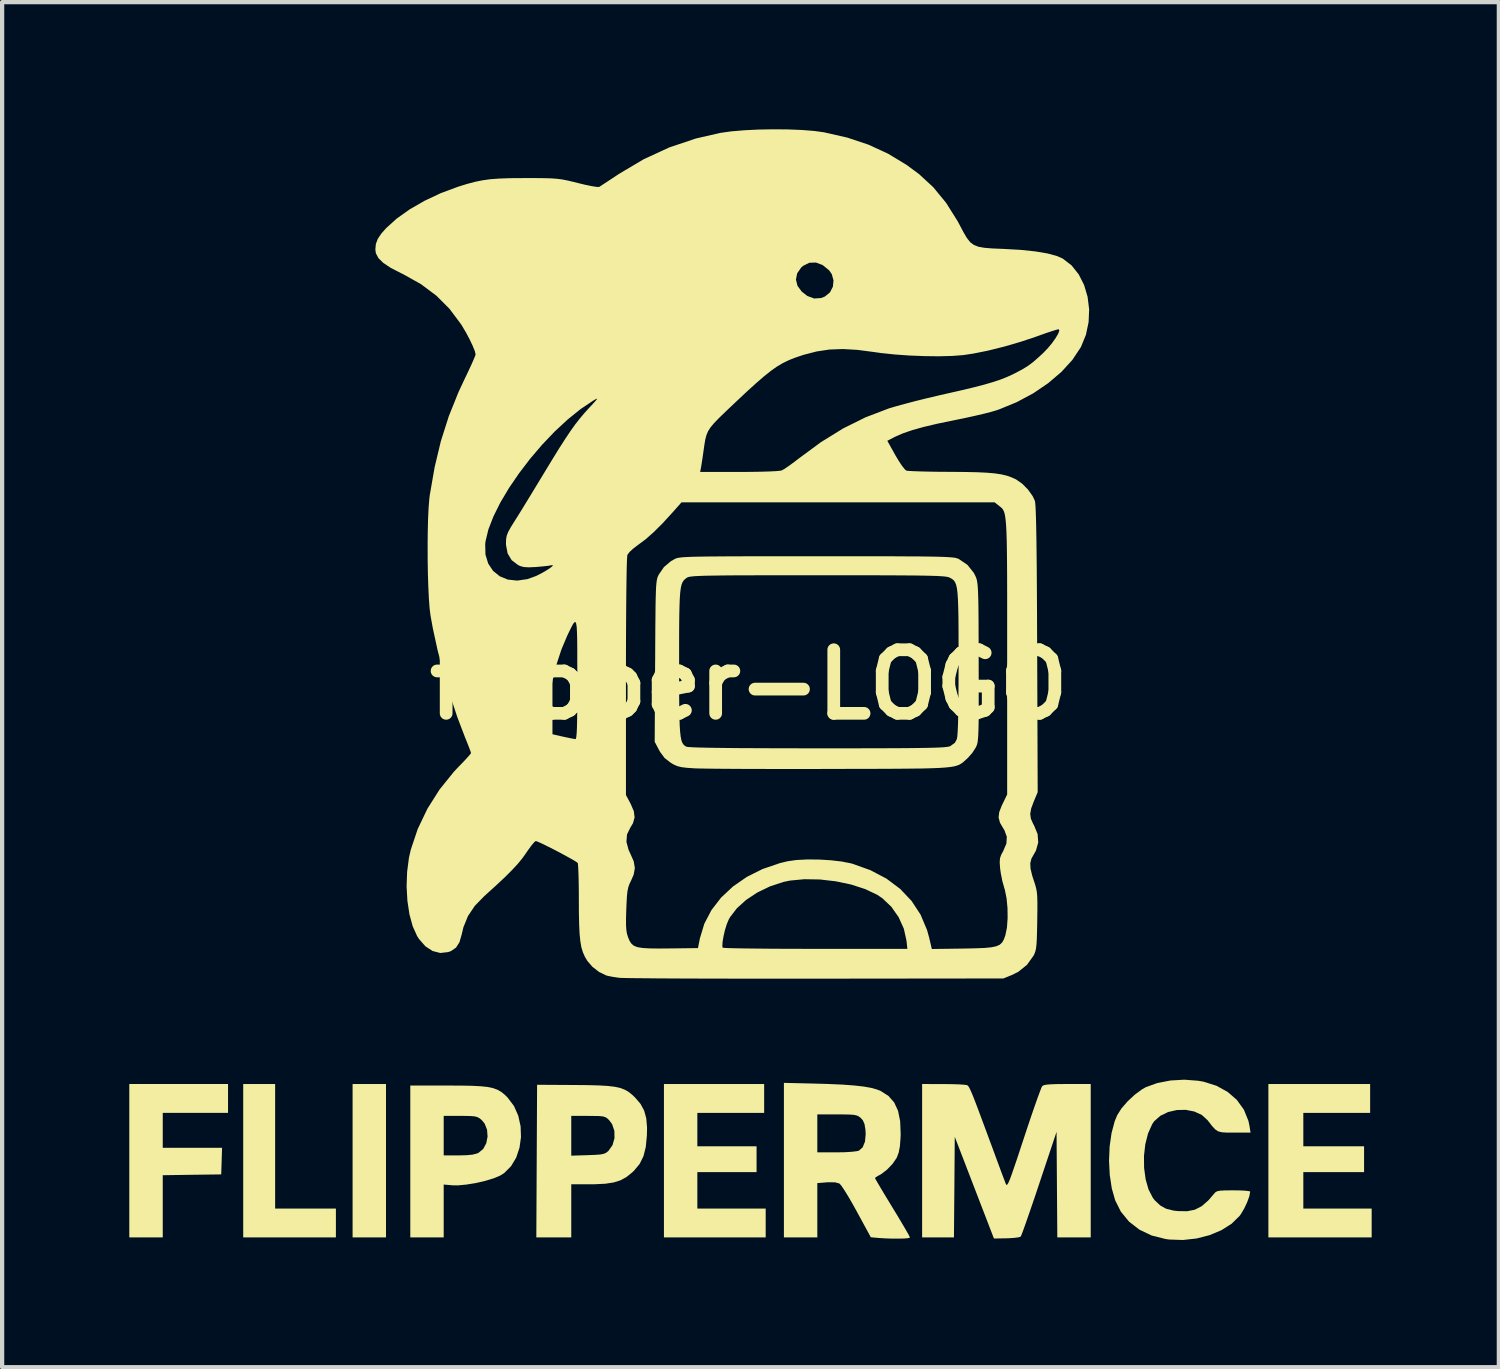
<source format=kicad_pcb>
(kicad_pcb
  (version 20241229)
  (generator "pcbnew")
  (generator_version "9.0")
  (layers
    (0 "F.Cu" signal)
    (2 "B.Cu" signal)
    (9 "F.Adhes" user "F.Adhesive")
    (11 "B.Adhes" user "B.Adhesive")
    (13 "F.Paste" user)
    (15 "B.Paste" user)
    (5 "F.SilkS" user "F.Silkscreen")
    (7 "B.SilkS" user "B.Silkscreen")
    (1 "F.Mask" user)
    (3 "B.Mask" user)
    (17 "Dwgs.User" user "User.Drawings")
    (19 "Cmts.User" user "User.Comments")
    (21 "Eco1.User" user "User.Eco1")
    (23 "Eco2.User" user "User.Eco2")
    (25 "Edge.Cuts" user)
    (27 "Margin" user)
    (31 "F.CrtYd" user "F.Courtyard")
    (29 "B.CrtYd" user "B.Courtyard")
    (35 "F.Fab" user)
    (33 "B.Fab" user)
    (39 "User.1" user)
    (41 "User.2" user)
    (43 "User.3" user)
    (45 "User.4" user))
  (footprint "flipper-LOGO"
    (layer "F.Cu")
    (at 14.617 13.098)
    (property "Reference" "flipper-LOGO" (at 0 0 0) (layer "F.SilkS") (effects (font (size 1.5 1.5) (thickness 0.3))))
    (attr board_only exclude_from_pos_files exclude_from_bom)
    (fp_poly (pts (xy -8.562 11.231) (xy -8.562 13.04) (xy -8.956 13.04) (xy -9.35 13.04) (xy -9.35 11.231) (xy -9.35 9.422) (xy -8.956 9.422) (xy -8.562 9.422)) (stroke (width 0) (type solid)) (fill yes) (layer "F.SilkS"))
    (fp_poly (pts (xy -11.177 10.891) (xy -11.177 12.36) (xy -10.461 12.36) (xy -9.744 12.36) (xy -9.744 12.7) (xy -9.744 13.04) (xy -10.837 13.04) (xy -11.93 13.04) (xy -11.93 11.231) (xy -11.93 9.422) (xy -11.554 9.422) (xy -11.177 9.422)) (stroke (width 0) (type solid)) (fill yes) (layer "F.SilkS"))
    (fp_poly (pts (xy -12.288 9.762) (xy -12.288 10.103) (xy -13.058 10.103) (xy -13.828 10.103) (xy -13.828 10.515) (xy -13.828 10.927) (xy -13.129 10.927) (xy -12.429 10.927) (xy -12.439 11.24) (xy -12.449 11.554) (xy -13.139 11.563) (xy -13.828 11.573) (xy -13.828 12.307) (xy -13.828 13.04) (xy -14.223 13.04) (xy -14.617 13.04) (xy -14.617 11.231) (xy -14.617 9.422) (xy -13.452 9.422) (xy -12.288 9.422)) (stroke (width 0) (type solid)) (fill yes) (layer "F.SilkS"))
    (fp_poly (pts (xy 0.358 9.762) (xy 0.358 10.103) (xy -0.43 10.103) (xy -1.218 10.103) (xy -1.218 10.497) (xy -1.218 10.891) (xy -0.519 10.891) (xy 0.179 10.891) (xy 0.179 11.195) (xy 0.179 11.5) (xy -0.519 11.5) (xy -1.218 11.5) (xy -1.218 11.93) (xy -1.218 12.36) (xy -0.412 12.36) (xy 0.394 12.36) (xy 0.394 12.7) (xy 0.394 13.04) (xy -0.806 13.04) (xy -2.006 13.04) (xy -2.006 11.231) (xy -2.006 9.422) (xy -0.824 9.422) (xy 0.358 9.422)) (stroke (width 0) (type solid)) (fill yes) (layer "F.SilkS"))
    (fp_poly (pts (xy 14.652 9.762) (xy 14.652 10.103) (xy 13.864 10.103) (xy 13.076 10.103) (xy 13.076 10.497) (xy 13.076 10.891) (xy 13.793 10.891) (xy 14.509 10.891) (xy 14.509 11.195) (xy 14.509 11.5) (xy 13.793 11.5) (xy 13.076 11.5) (xy 13.076 11.93) (xy 13.076 12.36) (xy 13.882 12.36) (xy 14.688 12.36) (xy 14.688 12.7) (xy 14.688 13.04) (xy 13.47 13.04) (xy 12.252 13.04) (xy 12.252 11.231) (xy 12.252 9.422) (xy 13.452 9.422) (xy 14.652 9.422)) (stroke (width 0) (type solid)) (fill yes) (layer "F.SilkS"))
    (fp_poly (pts (xy -6.795 9.459) (xy -6.534 9.464) (xy -6.326 9.475) (xy -6.163 9.492) (xy -6.033 9.52) (xy -5.93 9.558) (xy -5.842 9.609) (xy -5.761 9.675) (xy -5.693 9.742) (xy -5.543 9.941) (xy -5.442 10.17) (xy -5.387 10.419) (xy -5.378 10.675) (xy -5.413 10.925) (xy -5.491 11.158) (xy -5.612 11.36) (xy -5.773 11.521) (xy -5.863 11.579) (xy -6.016 11.644) (xy -6.216 11.705) (xy -6.441 11.757) (xy -6.666 11.794) (xy -6.869 11.813) (xy -6.995 11.811) (xy -7.201 11.793) (xy -7.201 12.417) (xy -7.201 13.04) (xy -7.595 13.04) (xy -7.989 13.04) (xy -7.989 11.249) (xy -7.989 10.64) (xy -7.201 10.64) (xy -7.201 11.106) (xy -6.852 11.106) (xy -6.657 11.101) (xy -6.517 11.087) (xy -6.414 11.06) (xy -6.377 11.043) (xy -6.267 10.951) (xy -6.196 10.817) (xy -6.166 10.661) (xy -6.178 10.5) (xy -6.235 10.356) (xy -6.302 10.274) (xy -6.355 10.23) (xy -6.406 10.202) (xy -6.471 10.185) (xy -6.568 10.177) (xy -6.711 10.174) (xy -6.807 10.174) (xy -7.201 10.174) (xy -7.201 10.64) (xy -7.989 10.64) (xy -7.989 9.458) (xy -7.118 9.458)) (stroke (width 0) (type solid)) (fill yes) (layer "F.SilkS"))
    (fp_poly (pts (xy -4.135 9.445) (xy -3.809 9.448) (xy -3.546 9.455) (xy -3.335 9.467) (xy -3.168 9.487) (xy -3.036 9.516) (xy -2.928 9.557) (xy -2.837 9.61) (xy -2.751 9.679) (xy -2.688 9.74) (xy -2.559 9.89) (xy -2.473 10.048) (xy -2.423 10.23) (xy -2.404 10.453) (xy -2.408 10.635) (xy -2.434 10.906) (xy -2.489 11.125) (xy -2.579 11.307) (xy -2.711 11.466) (xy -2.76 11.512) (xy -2.893 11.618) (xy -3.033 11.694) (xy -3.193 11.744) (xy -3.389 11.774) (xy -3.636 11.786) (xy -3.748 11.786) (xy -4.192 11.786) (xy -4.192 12.413) (xy -4.192 13.04) (xy -4.604 13.04) (xy -5.016 13.04) (xy -5.007 11.24) (xy -5.004 10.643) (xy -4.192 10.643) (xy -4.192 11.112) (xy -3.8 11.1) (xy -3.625 11.093) (xy -3.505 11.084) (xy -3.425 11.068) (xy -3.37 11.044) (xy -3.322 11.006) (xy -3.316 11.001) (xy -3.219 10.864) (xy -3.172 10.699) (xy -3.175 10.526) (xy -3.23 10.366) (xy -3.299 10.274) (xy -3.345 10.23) (xy -3.391 10.202) (xy -3.453 10.185) (xy -3.546 10.177) (xy -3.686 10.175) (xy -3.795 10.174) (xy -4.192 10.174) (xy -4.192 10.643) (xy -5.004 10.643) (xy -4.998 9.44)) (stroke (width 0) (type solid)) (fill yes) (layer "F.SilkS"))
    (fp_poly (pts (xy 8.061 11.231) (xy 8.061 13.04) (xy 7.667 13.04) (xy 7.273 13.04) (xy 7.264 11.795) (xy 7.255 10.55) (xy 6.848 11.769) (xy 6.754 12.051) (xy 6.665 12.311) (xy 6.585 12.543) (xy 6.517 12.738) (xy 6.463 12.888) (xy 6.426 12.985) (xy 6.409 13.021) (xy 6.36 13.038) (xy 6.258 13.051) (xy 6.123 13.06) (xy 6.077 13.061) (xy 5.778 13.066) (xy 5.316 11.867) (xy 4.854 10.667) (xy 4.845 11.854) (xy 4.835 13.04) (xy 4.46 13.04) (xy 4.084 13.04) (xy 4.084 11.231) (xy 4.084 9.422) (xy 4.595 9.423) (xy 4.781 9.425) (xy 4.943 9.43) (xy 5.067 9.438) (xy 5.139 9.447) (xy 5.148 9.451) (xy 5.166 9.465) (xy 5.186 9.491) (xy 5.209 9.534) (xy 5.24 9.601) (xy 5.281 9.698) (xy 5.334 9.833) (xy 5.402 10.012) (xy 5.487 10.241) (xy 5.594 10.528) (xy 5.662 10.712) (xy 5.755 10.963) (xy 5.841 11.197) (xy 5.918 11.405) (xy 5.981 11.575) (xy 6.028 11.698) (xy 6.053 11.765) (xy 6.054 11.769) (xy 6.067 11.794) (xy 6.08 11.802) (xy 6.098 11.788) (xy 6.122 11.745) (xy 6.155 11.668) (xy 6.199 11.549) (xy 6.256 11.384) (xy 6.33 11.167) (xy 6.421 10.89) (xy 6.483 10.703) (xy 6.575 10.425) (xy 6.662 10.167) (xy 6.741 9.938) (xy 6.809 9.746) (xy 6.863 9.6) (xy 6.899 9.506) (xy 6.914 9.476) (xy 6.945 9.454) (xy 7.003 9.439) (xy 7.098 9.43) (xy 7.241 9.424) (xy 7.443 9.422) (xy 7.51 9.422) (xy 8.061 9.422)) (stroke (width 0) (type solid)) (fill yes) (layer "F.SilkS"))
    (fp_poly (pts (xy 10.596 9.345) (xy 10.722 9.367) (xy 11.027 9.463) (xy 11.292 9.609) (xy 11.51 9.799) (xy 11.675 10.029) (xy 11.781 10.292) (xy 11.807 10.416) (xy 11.831 10.568) (xy 11.449 10.568) (xy 11.274 10.568) (xy 11.152 10.56) (xy 11.064 10.537) (xy 10.994 10.489) (xy 10.921 10.409) (xy 10.828 10.289) (xy 10.822 10.28) (xy 10.682 10.152) (xy 10.504 10.07) (xy 10.301 10.031) (xy 10.09 10.036) (xy 9.886 10.083) (xy 9.704 10.171) (xy 9.559 10.299) (xy 9.513 10.366) (xy 9.413 10.588) (xy 9.348 10.845) (xy 9.317 11.121) (xy 9.32 11.4) (xy 9.356 11.667) (xy 9.424 11.907) (xy 9.525 12.104) (xy 9.572 12.165) (xy 9.7 12.286) (xy 9.838 12.363) (xy 10.012 12.407) (xy 10.113 12.419) (xy 10.332 12.423) (xy 10.516 12.387) (xy 10.679 12.304) (xy 10.838 12.165) (xy 10.971 12.009) (xy 11.004 11.974) (xy 11.046 11.951) (xy 11.113 11.938) (xy 11.218 11.932) (xy 11.377 11.93) (xy 11.428 11.93) (xy 11.586 11.932) (xy 11.714 11.939) (xy 11.798 11.949) (xy 11.822 11.959) (xy 11.803 12.067) (xy 11.752 12.209) (xy 11.681 12.36) (xy 11.6 12.495) (xy 11.57 12.536) (xy 11.384 12.718) (xy 11.144 12.87) (xy 10.864 12.987) (xy 10.556 13.066) (xy 10.235 13.101) (xy 9.911 13.09) (xy 9.826 13.078) (xy 9.498 12.995) (xy 9.209 12.857) (xy 8.965 12.668) (xy 8.772 12.433) (xy 8.638 12.165) (xy 8.558 11.884) (xy 8.51 11.567) (xy 8.493 11.232) (xy 8.507 10.897) (xy 8.552 10.58) (xy 8.627 10.299) (xy 8.687 10.155) (xy 8.787 9.997) (xy 8.933 9.829) (xy 9.102 9.672) (xy 9.275 9.545) (xy 9.36 9.497) (xy 9.631 9.399) (xy 9.941 9.339) (xy 10.27 9.32)) (stroke (width 0) (type solid)) (fill yes) (layer "F.SilkS"))
    (fp_poly (pts (xy 1.478 9.41) (xy 1.874 9.421) (xy 2.205 9.436) (xy 2.478 9.456) (xy 2.7 9.481) (xy 2.878 9.512) (xy 3.018 9.551) (xy 3.11 9.588) (xy 3.291 9.704) (xy 3.425 9.857) (xy 3.516 10.053) (xy 3.566 10.298) (xy 3.578 10.599) (xy 3.575 10.692) (xy 3.56 10.89) (xy 3.532 11.037) (xy 3.489 11.152) (xy 3.484 11.163) (xy 3.389 11.303) (xy 3.259 11.439) (xy 3.12 11.547) (xy 3.059 11.58) (xy 2.995 11.617) (xy 2.973 11.641) (xy 2.991 11.677) (xy 3.042 11.765) (xy 3.119 11.895) (xy 3.217 12.059) (xy 3.332 12.248) (xy 3.385 12.336) (xy 3.506 12.534) (xy 3.612 12.712) (xy 3.699 12.86) (xy 3.762 12.97) (xy 3.794 13.033) (xy 3.797 13.043) (xy 3.764 13.056) (xy 3.675 13.065) (xy 3.543 13.069) (xy 3.386 13.069) (xy 3.217 13.063) (xy 3.053 13.053) (xy 3.022 13.05) (xy 2.874 13.037) (xy 2.542 12.427) (xy 2.435 12.234) (xy 2.334 12.061) (xy 2.246 11.919) (xy 2.178 11.819) (xy 2.136 11.771) (xy 2.135 11.77) (xy 2.034 11.741) (xy 1.868 11.739) (xy 1.836 11.741) (xy 1.612 11.759) (xy 1.612 12.4) (xy 1.612 13.04) (xy 1.218 13.04) (xy 0.824 13.04) (xy 0.824 11.218) (xy 0.824 10.586) (xy 1.612 10.586) (xy 1.612 11.034) (xy 2.058 11.034) (xy 2.253 11.031) (xy 2.419 11.021) (xy 2.54 11.007) (xy 2.595 10.993) (xy 2.682 10.915) (xy 2.736 10.782) (xy 2.753 10.603) (xy 2.747 10.501) (xy 2.725 10.366) (xy 2.686 10.277) (xy 2.633 10.219) (xy 2.589 10.186) (xy 2.54 10.163) (xy 2.471 10.149) (xy 2.368 10.142) (xy 2.217 10.139) (xy 2.076 10.139) (xy 1.612 10.139) (xy 1.612 10.586) (xy 0.824 10.586) (xy 0.824 9.395)) (stroke (width 0) (type solid)) (fill yes) (layer "F.SilkS"))
    (fp_poly (pts (xy 2.149 -3.027) (xy 2.637 -3.027) (xy 3.063 -3.026) (xy 3.43 -3.026) (xy 3.744 -3.024) (xy 4.009 -3.023) (xy 4.229 -3.02) (xy 4.41 -3.017) (xy 4.555 -3.013) (xy 4.669 -3.008) (xy 4.757 -3.002) (xy 4.824 -2.996) (xy 4.873 -2.988) (xy 4.909 -2.978) (xy 4.937 -2.968) (xy 4.951 -2.961) (xy 5.153 -2.824) (xy 5.302 -2.637) (xy 5.346 -2.551) (xy 5.361 -2.513) (xy 5.374 -2.471) (xy 5.384 -2.417) (xy 5.393 -2.346) (xy 5.4 -2.252) (xy 5.405 -2.127) (xy 5.41 -1.966) (xy 5.413 -1.764) (xy 5.415 -1.512) (xy 5.416 -1.206) (xy 5.418 -0.84) (xy 5.418 -0.527) (xy 5.419 -0.113) (xy 5.419 0.236) (xy 5.419 0.525) (xy 5.418 0.761) (xy 5.416 0.95) (xy 5.412 1.098) (xy 5.407 1.212) (xy 5.4 1.298) (xy 5.392 1.361) (xy 5.381 1.409) (xy 5.367 1.446) (xy 5.351 1.48) (xy 5.346 1.49) (xy 5.27 1.608) (xy 5.169 1.724) (xy 5.137 1.754) (xy 5.091 1.795) (xy 5.051 1.831) (xy 5.01 1.861) (xy 4.964 1.888) (xy 4.909 1.91) (xy 4.839 1.929) (xy 4.749 1.944) (xy 4.635 1.956) (xy 4.491 1.966) (xy 4.312 1.973) (xy 4.095 1.979) (xy 3.833 1.982) (xy 3.523 1.985) (xy 3.158 1.987) (xy 2.734 1.988) (xy 2.247 1.989) (xy 1.917 1.99) (xy 1.462 1.991) (xy 1.02 1.992) (xy 0.598 1.991) (xy 0.201 1.99) (xy -0.164 1.989) (xy -0.49 1.987) (xy -0.771 1.985) (xy -1.001 1.982) (xy -1.173 1.979) (xy -1.281 1.976) (xy -1.293 1.975) (xy -1.47 1.963) (xy -1.596 1.947) (xy -1.691 1.923) (xy -1.773 1.887) (xy -1.846 1.844) (xy -1.989 1.733) (xy -2.097 1.588) (xy -2.122 1.543) (xy -2.224 1.349) (xy -2.214 -0.519) (xy -1.648 -0.519) (xy -1.648 -0.103) (xy -1.647 0.248) (xy -1.644 0.539) (xy -1.64 0.777) (xy -1.634 0.967) (xy -1.624 1.115) (xy -1.611 1.227) (xy -1.595 1.31) (xy -1.574 1.369) (xy -1.548 1.411) (xy -1.517 1.441) (xy -1.481 1.464) (xy -1.438 1.472) (xy -1.334 1.479) (xy -1.17 1.485) (xy -0.943 1.49) (xy -0.653 1.494) (xy -0.297 1.498) (xy 0.126 1.5) (xy 0.616 1.502) (xy 1.176 1.503) (xy 1.604 1.504) (xy 2.155 1.504) (xy 2.637 1.503) (xy 3.057 1.502) (xy 3.419 1.501) (xy 3.726 1.499) (xy 3.983 1.496) (xy 4.194 1.493) (xy 4.364 1.489) (xy 4.497 1.484) (xy 4.598 1.478) (xy 4.67 1.47) (xy 4.718 1.462) (xy 4.743 1.455) (xy 4.855 1.375) (xy 4.903 1.288) (xy 4.914 1.226) (xy 4.923 1.106) (xy 4.931 0.926) (xy 4.936 0.684) (xy 4.94 0.376) (xy 4.943 0.002) (xy 4.944 -0.441) (xy 4.944 -0.526) (xy 4.944 -0.942) (xy 4.943 -1.292) (xy 4.941 -1.583) (xy 4.936 -1.82) (xy 4.929 -2.01) (xy 4.919 -2.158) (xy 4.905 -2.271) (xy 4.886 -2.354) (xy 4.862 -2.414) (xy 4.833 -2.456) (xy 4.796 -2.487) (xy 4.753 -2.513) (xy 4.734 -2.523) (xy 4.708 -2.533) (xy 4.669 -2.542) (xy 4.614 -2.55) (xy 4.536 -2.556) (xy 4.432 -2.562) (xy 4.296 -2.566) (xy 4.125 -2.57) (xy 3.914 -2.573) (xy 3.658 -2.575) (xy 3.352 -2.577) (xy 2.993 -2.578) (xy 2.575 -2.579) (xy 2.094 -2.579) (xy 1.622 -2.579) (xy 1.085 -2.579) (xy 0.615 -2.579) (xy 0.207 -2.578) (xy -0.143 -2.577) (xy -0.439 -2.576) (xy -0.686 -2.573) (xy -0.89 -2.57) (xy -1.053 -2.567) (xy -1.182 -2.562) (xy -1.28 -2.557) (xy -1.353 -2.55) (xy -1.404 -2.543) (xy -1.438 -2.534) (xy -1.46 -2.524) (xy -1.465 -2.521) (xy -1.505 -2.491) (xy -1.539 -2.458) (xy -1.567 -2.415) (xy -1.59 -2.358) (xy -1.608 -2.279) (xy -1.622 -2.173) (xy -1.632 -2.033) (xy -1.639 -1.853) (xy -1.644 -1.628) (xy -1.647 -1.35) (xy -1.648 -1.015) (xy -1.648 -0.615) (xy -1.648 -0.519) (xy -2.214 -0.519) (xy -2.213 -0.553) (xy -2.211 -0.97) (xy -2.209 -1.322) (xy -2.206 -1.615) (xy -2.204 -1.854) (xy -2.2 -2.047) (xy -2.195 -2.198) (xy -2.19 -2.314) (xy -2.182 -2.401) (xy -2.173 -2.466) (xy -2.162 -2.514) (xy -2.149 -2.551) (xy -2.133 -2.584) (xy -2.126 -2.597) (xy -2.005 -2.773) (xy -1.845 -2.908) (xy -1.755 -2.96) (xy -1.731 -2.972) (xy -1.702 -2.982) (xy -1.663 -2.991) (xy -1.609 -2.998) (xy -1.537 -3.005) (xy -1.441 -3.01) (xy -1.317 -3.015) (xy -1.161 -3.018) (xy -0.968 -3.021) (xy -0.733 -3.023) (xy -0.453 -3.025) (xy -0.122 -3.026) (xy 0.265 -3.027) (xy 0.711 -3.027) (xy 1.221 -3.027) (xy 1.594 -3.027)) (stroke (width 0) (type solid)) (fill yes) (layer "F.SilkS"))
    (fp_poly (pts (xy 0.92 -13.095) (xy 1.249 -13.082) (xy 1.541 -13.059) (xy 1.77 -13.027) (xy 2.32 -12.902) (xy 2.82 -12.735) (xy 3.282 -12.522) (xy 3.718 -12.258) (xy 4.013 -12.04) (xy 4.347 -11.732) (xy 4.65 -11.363) (xy 4.918 -10.937) (xy 4.966 -10.848) (xy 5.061 -10.668) (xy 5.141 -10.533) (xy 5.218 -10.435) (xy 5.306 -10.369) (xy 5.415 -10.327) (xy 5.559 -10.302) (xy 5.749 -10.287) (xy 5.999 -10.277) (xy 6.001 -10.277) (xy 6.409 -10.254) (xy 6.758 -10.217) (xy 7.045 -10.169) (xy 7.267 -10.108) (xy 7.402 -10.048) (xy 7.61 -9.887) (xy 7.778 -9.676) (xy 7.905 -9.425) (xy 7.987 -9.147) (xy 8.024 -8.851) (xy 8.011 -8.549) (xy 7.948 -8.251) (xy 7.833 -7.969) (xy 7.823 -7.951) (xy 7.627 -7.657) (xy 7.369 -7.375) (xy 7.058 -7.11) (xy 6.703 -6.869) (xy 6.314 -6.661) (xy 5.9 -6.491) (xy 5.832 -6.468) (xy 5.71 -6.432) (xy 5.533 -6.387) (xy 5.319 -6.337) (xy 5.083 -6.285) (xy 4.842 -6.236) (xy 4.829 -6.233) (xy 4.445 -6.154) (xy 4.124 -6.078) (xy 3.858 -6.004) (xy 3.638 -5.929) (xy 3.458 -5.851) (xy 3.414 -5.829) (xy 3.263 -5.75) (xy 3.452 -5.412) (xy 3.536 -5.271) (xy 3.615 -5.153) (xy 3.679 -5.074) (xy 3.71 -5.048) (xy 3.764 -5.04) (xy 3.878 -5.034) (xy 4.044 -5.028) (xy 4.252 -5.023) (xy 4.49 -5.019) (xy 4.747 -5.018) (xy 5.093 -5.015) (xy 5.376 -5.009) (xy 5.607 -4.998) (xy 5.795 -4.982) (xy 5.948 -4.959) (xy 6.077 -4.929) (xy 6.191 -4.889) (xy 6.299 -4.84) (xy 6.302 -4.838) (xy 6.443 -4.74) (xy 6.579 -4.603) (xy 6.689 -4.45) (xy 6.743 -4.337) (xy 6.751 -4.294) (xy 6.758 -4.212) (xy 6.764 -4.088) (xy 6.77 -3.919) (xy 6.775 -3.702) (xy 6.78 -3.434) (xy 6.784 -3.111) (xy 6.788 -2.73) (xy 6.791 -2.289) (xy 6.794 -1.785) (xy 6.796 -1.214) (xy 6.798 -0.835) (xy 6.81 2.538) (xy 6.719 2.755) (xy 6.657 2.921) (xy 6.634 3.049) (xy 6.649 3.163) (xy 6.703 3.285) (xy 6.725 3.324) (xy 6.808 3.525) (xy 6.823 3.725) (xy 6.77 3.914) (xy 6.725 3.994) (xy 6.663 4.104) (xy 6.635 4.214) (xy 6.641 4.341) (xy 6.68 4.504) (xy 6.719 4.624) (xy 6.751 4.721) (xy 6.774 4.806) (xy 6.79 4.893) (xy 6.799 4.995) (xy 6.803 5.127) (xy 6.803 5.301) (xy 6.8 5.532) (xy 6.8 5.571) (xy 6.795 5.812) (xy 6.79 5.994) (xy 6.782 6.127) (xy 6.771 6.224) (xy 6.754 6.296) (xy 6.732 6.355) (xy 6.711 6.397) (xy 6.557 6.611) (xy 6.353 6.775) (xy 6.2 6.851) (xy 6.001 6.932) (xy 1.576 6.937) (xy 1.015 6.937) (xy 0.471 6.937) (xy -0.052 6.937) (xy -0.548 6.936) (xy -1.013 6.935) (xy -1.442 6.934) (xy -1.832 6.932) (xy -2.176 6.93) (xy -2.472 6.927) (xy -2.713 6.925) (xy -2.895 6.922) (xy -3.015 6.919) (xy -3.063 6.916) (xy -3.196 6.897) (xy -3.312 6.875) (xy -3.367 6.861) (xy -3.534 6.78) (xy -3.695 6.655) (xy -3.813 6.517) (xy -3.871 6.42) (xy -3.917 6.316) (xy -3.953 6.198) (xy -3.978 6.054) (xy -3.996 5.876) (xy -4.006 5.653) (xy -4.012 5.376) (xy -4.013 5.107) (xy -4.014 4.864) (xy -4.017 4.645) (xy -4.022 4.459) (xy -4.028 4.317) (xy -4.035 4.23) (xy -4.04 4.207) (xy -4.081 4.177) (xy -4.172 4.122) (xy -4.299 4.052) (xy -4.448 3.971) (xy -4.605 3.889) (xy -4.756 3.813) (xy -4.886 3.749) (xy -4.982 3.706) (xy -5.029 3.69) (xy -5.066 3.718) (xy -5.13 3.794) (xy -5.209 3.902) (xy -5.248 3.959) (xy -5.34 4.09) (xy -5.452 4.227) (xy -5.592 4.378) (xy -5.765 4.551) (xy -5.981 4.752) (xy -6.244 4.99) (xy -6.467 5.219) (xy -6.628 5.459) (xy -6.736 5.724) (xy -6.776 5.893) (xy -6.829 6.077) (xy -6.91 6.204) (xy -7.029 6.286) (xy -7.097 6.31) (xy -7.282 6.331) (xy -7.464 6.284) (xy -7.633 6.173) (xy -7.782 6.003) (xy -7.828 5.932) (xy -7.932 5.701) (xy -8.009 5.419) (xy -8.057 5.101) (xy -8.076 4.762) (xy -8.064 4.419) (xy -8.021 4.086) (xy -7.977 3.893) (xy -7.813 3.405) (xy -7.585 2.928) (xy -7.299 2.476) (xy -6.964 2.06) (xy -6.852 1.941) (xy -6.736 1.821) (xy -6.642 1.72) (xy -6.578 1.647) (xy -6.556 1.615) (xy -6.569 1.574) (xy -6.603 1.482) (xy -6.654 1.352) (xy -6.702 1.234) (xy -6.879 0.769) (xy -6.942 0.58) (xy -4.721 0.58) (xy -4.715 0.879) (xy -4.703 0.985) (xy -4.674 1.164) (xy -4.406 1.224) (xy -4.271 1.253) (xy -4.162 1.275) (xy -4.098 1.286) (xy -4.093 1.286) (xy -4.081 1.273) (xy -4.072 1.227) (xy -4.064 1.143) (xy -4.058 1.015) (xy -4.054 0.839) (xy -4.051 0.609) (xy -4.05 0.319) (xy -4.049 -0.036) (xy -4.049 -0.134) (xy -4.049 -0.182) (xy -2.902 -0.182) (xy -2.902 2.605) (xy -2.791 2.813) (xy -2.716 2.987) (xy -2.698 3.134) (xy -2.737 3.272) (xy -2.797 3.371) (xy -2.877 3.534) (xy -2.891 3.709) (xy -2.839 3.902) (xy -2.798 3.989) (xy -2.718 4.171) (xy -2.692 4.329) (xy -2.72 4.484) (xy -2.781 4.624) (xy -2.82 4.704) (xy -2.847 4.782) (xy -2.866 4.873) (xy -2.879 4.994) (xy -2.888 5.16) (xy -2.894 5.304) (xy -2.9 5.516) (xy -2.9 5.672) (xy -2.893 5.787) (xy -2.878 5.877) (xy -2.853 5.957) (xy -2.849 5.968) (xy -2.813 6.052) (xy -2.77 6.115) (xy -2.712 6.162) (xy -2.629 6.194) (xy -2.511 6.213) (xy -2.349 6.223) (xy -2.134 6.226) (xy -1.882 6.224) (xy -1.203 6.216) (xy -1.194 6.169) (xy -0.629 6.169) (xy -0.621 6.207) (xy -0.583 6.211) (xy -0.48 6.216) (xy -0.318 6.22) (xy -0.102 6.224) (xy 0.16 6.227) (xy 0.462 6.23) (xy 0.799 6.232) (xy 1.164 6.233) (xy 1.551 6.234) (xy 1.566 6.234) (xy 3.736 6.234) (xy 3.716 6.045) (xy 3.653 5.759) (xy 3.53 5.486) (xy 3.358 5.241) (xy 3.146 5.04) (xy 3.028 4.96) (xy 2.742 4.824) (xy 2.408 4.716) (xy 2.045 4.64) (xy 1.671 4.597) (xy 1.306 4.591) (xy 0.968 4.623) (xy 0.81 4.656) (xy 0.493 4.761) (xy 0.196 4.905) (xy -0.067 5.079) (xy -0.285 5.276) (xy -0.447 5.487) (xy -0.481 5.548) (xy -0.526 5.658) (xy -0.568 5.795) (xy -0.601 5.94) (xy -0.623 6.071) (xy -0.629 6.169) (xy -1.194 6.169) (xy -1.157 5.983) (xy -1.053 5.64) (xy -0.885 5.319) (xy -0.658 5.025) (xy -0.378 4.763) (xy -0.05 4.536) (xy 0.32 4.351) (xy 0.727 4.212) (xy 0.913 4.167) (xy 1.119 4.138) (xy 1.372 4.125) (xy 1.649 4.127) (xy 1.929 4.144) (xy 2.189 4.174) (xy 2.406 4.217) (xy 2.436 4.225) (xy 2.865 4.378) (xy 3.243 4.577) (xy 3.567 4.82) (xy 3.836 5.104) (xy 4.048 5.428) (xy 4.2 5.789) (xy 4.249 5.964) (xy 4.313 6.237) (xy 5.056 6.227) (xy 5.333 6.221) (xy 5.549 6.213) (xy 5.71 6.198) (xy 5.828 6.174) (xy 5.911 6.139) (xy 5.968 6.088) (xy 6.009 6.019) (xy 6.042 5.929) (xy 6.049 5.908) (xy 6.085 5.731) (xy 6.101 5.51) (xy 6.098 5.272) (xy 6.076 5.041) (xy 6.036 4.843) (xy 6.023 4.801) (xy 5.976 4.632) (xy 5.939 4.445) (xy 5.923 4.329) (xy 5.914 4.192) (xy 5.921 4.096) (xy 5.95 4.013) (xy 5.996 3.928) (xy 6.072 3.751) (xy 6.082 3.59) (xy 6.025 3.434) (xy 6 3.395) (xy 5.92 3.257) (xy 5.888 3.135) (xy 5.903 3.007) (xy 5.965 2.849) (xy 5.979 2.821) (xy 6.09 2.592) (xy 6.09 -0.658) (xy 6.09 -1.228) (xy 6.09 -1.731) (xy 6.09 -2.171) (xy 6.089 -2.552) (xy 6.087 -2.88) (xy 6.084 -3.158) (xy 6.08 -3.391) (xy 6.074 -3.583) (xy 6.066 -3.739) (xy 6.056 -3.863) (xy 6.044 -3.959) (xy 6.03 -4.033) (xy 6.012 -4.087) (xy 5.992 -4.128) (xy 5.968 -4.159) (xy 5.94 -4.184) (xy 5.909 -4.208) (xy 5.893 -4.221) (xy 5.794 -4.299) (xy 2.101 -4.299) (xy -1.591 -4.299) (xy -1.79 -4.075) (xy -2.032 -3.81) (xy -2.246 -3.597) (xy -2.438 -3.427) (xy -2.608 -3.301) (xy -2.723 -3.214) (xy -2.815 -3.13) (xy -2.866 -3.063) (xy -2.868 -3.058) (xy -2.874 -3.006) (xy -2.88 -2.887) (xy -2.885 -2.703) (xy -2.889 -2.461) (xy -2.893 -2.162) (xy -2.896 -1.811) (xy -2.899 -1.413) (xy -2.901 -0.971) (xy -2.902 -0.489) (xy -2.902 -0.182) (xy -4.049 -0.182) (xy -4.05 -0.506) (xy -4.05 -0.81) (xy -4.052 -1.051) (xy -4.057 -1.234) (xy -4.064 -1.362) (xy -4.077 -1.442) (xy -4.095 -1.476) (xy -4.119 -1.469) (xy -4.151 -1.426) (xy -4.191 -1.351) (xy -4.241 -1.249) (xy -4.285 -1.158) (xy -4.423 -0.831) (xy -4.539 -0.478) (xy -4.63 -0.115) (xy -4.691 0.243) (xy -4.721 0.58) (xy -6.942 0.58) (xy -7.05 0.256) (xy -7.208 -0.282) (xy -7.347 -0.82) (xy -7.459 -1.336) (xy -7.512 -1.63) (xy -7.534 -1.804) (xy -7.551 -2.037) (xy -7.564 -2.314) (xy -7.574 -2.622) (xy -7.579 -2.948) (xy -7.58 -3.278) (xy -7.58 -3.312) (xy -6.222 -3.312) (xy -6.216 -3.066) (xy -6.151 -2.854) (xy -6.037 -2.683) (xy -5.88 -2.555) (xy -5.689 -2.477) (xy -5.469 -2.453) (xy -5.229 -2.487) (xy -5.028 -2.559) (xy -4.909 -2.618) (xy -4.798 -2.681) (xy -4.706 -2.739) (xy -4.644 -2.786) (xy -4.623 -2.815) (xy -4.653 -2.816) (xy -4.657 -2.815) (xy -4.735 -2.802) (xy -4.861 -2.788) (xy -5.008 -2.775) (xy -5.033 -2.773) (xy -5.193 -2.766) (xy -5.305 -2.772) (xy -5.39 -2.794) (xy -5.445 -2.819) (xy -5.598 -2.935) (xy -5.693 -3.093) (xy -5.731 -3.294) (xy -5.732 -3.332) (xy -5.729 -3.43) (xy -5.714 -3.512) (xy -5.681 -3.598) (xy -5.622 -3.706) (xy -5.53 -3.854) (xy -5.529 -3.855) (xy -5.453 -3.976) (xy -5.348 -4.145) (xy -5.222 -4.351) (xy -5.083 -4.579) (xy -4.938 -4.818) (xy -4.838 -4.982) (xy -4.818 -5.016) (xy -1.152 -5.016) (xy -0.238 -5.016) (xy 0.033 -5.017) (xy 0.275 -5.021) (xy 0.48 -5.027) (xy 0.639 -5.035) (xy 0.741 -5.045) (xy 0.771 -5.051) (xy 0.838 -5.088) (xy 0.943 -5.16) (xy 1.072 -5.254) (xy 1.169 -5.329) (xy 1.697 -5.718) (xy 2.221 -6.042) (xy 2.749 -6.304) (xy 3.291 -6.511) (xy 3.302 -6.515) (xy 3.466 -6.564) (xy 3.683 -6.623) (xy 3.937 -6.69) (xy 4.213 -6.758) (xy 4.492 -6.824) (xy 4.642 -6.858) (xy 5 -6.939) (xy 5.297 -7.01) (xy 5.544 -7.074) (xy 5.75 -7.134) (xy 5.925 -7.192) (xy 6.079 -7.253) (xy 6.223 -7.318) (xy 6.279 -7.346) (xy 6.447 -7.435) (xy 6.582 -7.518) (xy 6.707 -7.612) (xy 6.845 -7.733) (xy 6.945 -7.826) (xy 7.053 -7.939) (xy 7.152 -8.059) (xy 7.234 -8.175) (xy 7.293 -8.275) (xy 7.32 -8.348) (xy 7.308 -8.381) (xy 7.3 -8.382) (xy 7.251 -8.37) (xy 7.149 -8.338) (xy 7.007 -8.291) (xy 6.841 -8.232) (xy 6.807 -8.219) (xy 6.42 -8.089) (xy 6.026 -7.974) (xy 5.642 -7.878) (xy 5.288 -7.807) (xy 5.053 -7.772) (xy 4.793 -7.752) (xy 4.481 -7.744) (xy 4.138 -7.748) (xy 3.783 -7.762) (xy 3.434 -7.787) (xy 3.112 -7.821) (xy 2.956 -7.843) (xy 2.56 -7.895) (xy 2.213 -7.915) (xy 1.897 -7.903) (xy 1.597 -7.858) (xy 1.294 -7.78) (xy 1.254 -7.767) (xy 1.088 -7.711) (xy 0.94 -7.652) (xy 0.801 -7.585) (xy 0.663 -7.503) (xy 0.518 -7.401) (xy 0.357 -7.273) (xy 0.172 -7.113) (xy -0.046 -6.915) (xy -0.304 -6.673) (xy -0.357 -6.623) (xy -0.555 -6.435) (xy -0.709 -6.286) (xy -0.824 -6.167) (xy -0.907 -6.067) (xy -0.965 -5.976) (xy -1.004 -5.883) (xy -1.031 -5.78) (xy -1.052 -5.654) (xy -1.074 -5.499) (xy -1.095 -5.35) (xy -1.116 -5.216) (xy -1.131 -5.124) (xy -1.133 -5.114) (xy -1.152 -5.016) (xy -4.818 -5.016) (xy -4.644 -5.302) (xy -4.48 -5.568) (xy -4.338 -5.789) (xy -4.215 -5.974) (xy -4.103 -6.131) (xy -3.996 -6.268) (xy -3.889 -6.396) (xy -3.776 -6.521) (xy -3.765 -6.532) (xy -3.659 -6.647) (xy -3.599 -6.715) (xy -3.582 -6.744) (xy -3.603 -6.739) (xy -3.66 -6.707) (xy -3.672 -6.7) (xy -3.974 -6.497) (xy -4.28 -6.25) (xy -4.585 -5.967) (xy -4.882 -5.655) (xy -5.164 -5.324) (xy -5.426 -4.981) (xy -5.662 -4.635) (xy -5.865 -4.294) (xy -6.028 -3.966) (xy -6.147 -3.659) (xy -6.214 -3.382) (xy -6.222 -3.312) (xy -7.58 -3.312) (xy -7.577 -3.599) (xy -7.57 -3.897) (xy -7.558 -4.159) (xy -7.541 -4.371) (xy -7.531 -4.46) (xy -7.415 -5.127) (xy -7.267 -5.745) (xy -7.081 -6.329) (xy -6.853 -6.897) (xy -6.715 -7.192) (xy -6.627 -7.376) (xy -6.551 -7.539) (xy -6.493 -7.671) (xy -6.457 -7.758) (xy -6.449 -7.788) (xy -6.466 -7.865) (xy -6.515 -7.986) (xy -6.586 -8.136) (xy -6.672 -8.299) (xy -6.766 -8.458) (xy -6.795 -8.504) (xy -7.063 -8.862) (xy -7.373 -9.173) (xy -7.735 -9.444) (xy -7.929 -9.553) (xy 1.108 -9.553) (xy 1.144 -9.406) (xy 1.245 -9.269) (xy 1.376 -9.167) (xy 1.537 -9.107) (xy 1.702 -9.118) (xy 1.792 -9.154) (xy 1.91 -9.251) (xy 1.979 -9.384) (xy 1.994 -9.533) (xy 1.954 -9.68) (xy 1.891 -9.771) (xy 1.739 -9.895) (xy 1.58 -9.955) (xy 1.423 -9.95) (xy 1.278 -9.878) (xy 1.232 -9.838) (xy 1.136 -9.7) (xy 1.108 -9.553) (xy -7.929 -9.553) (xy -8.154 -9.679) (xy -8.214 -9.708) (xy -8.453 -9.831) (xy -8.627 -9.947) (xy -8.741 -10.06) (xy -8.801 -10.174) (xy -8.813 -10.263) (xy -8.801 -10.393) (xy -8.757 -10.511) (xy -8.674 -10.636) (xy -8.56 -10.765) (xy -8.311 -10.991) (xy -8.003 -11.21) (xy -7.65 -11.413) (xy -7.265 -11.594) (xy -6.86 -11.744) (xy -6.65 -11.809) (xy -6.463 -11.859) (xy -6.284 -11.895) (xy -6.098 -11.921) (xy -5.889 -11.936) (xy -5.642 -11.945) (xy -5.342 -11.947) (xy -5.266 -11.947) (xy -5.009 -11.947) (xy -4.81 -11.945) (xy -4.652 -11.94) (xy -4.523 -11.93) (xy -4.407 -11.915) (xy -4.289 -11.892) (xy -4.156 -11.861) (xy -4.036 -11.831) (xy -3.862 -11.789) (xy -3.712 -11.758) (xy -3.599 -11.74) (xy -3.539 -11.737) (xy -3.534 -11.739) (xy -3.491 -11.766) (xy -3.4 -11.826) (xy -3.273 -11.909) (xy -3.122 -12.009) (xy -3.07 -12.044) (xy -2.485 -12.391) (xy -1.881 -12.67) (xy -1.253 -12.881) (xy -0.677 -13.013) (xy -0.421 -13.049) (xy -0.116 -13.075) (xy 0.22 -13.092) (xy 0.572 -13.098)) (stroke (width 0) (type solid)) (fill yes) (layer "F.SilkS")))
  (gr_rect
    (start -3 -3)
    (end 32.305 29.199)
    (stroke (width 0.1) (type default))
    (fill no)
    (layer "Edge.Cuts")))
</source>
